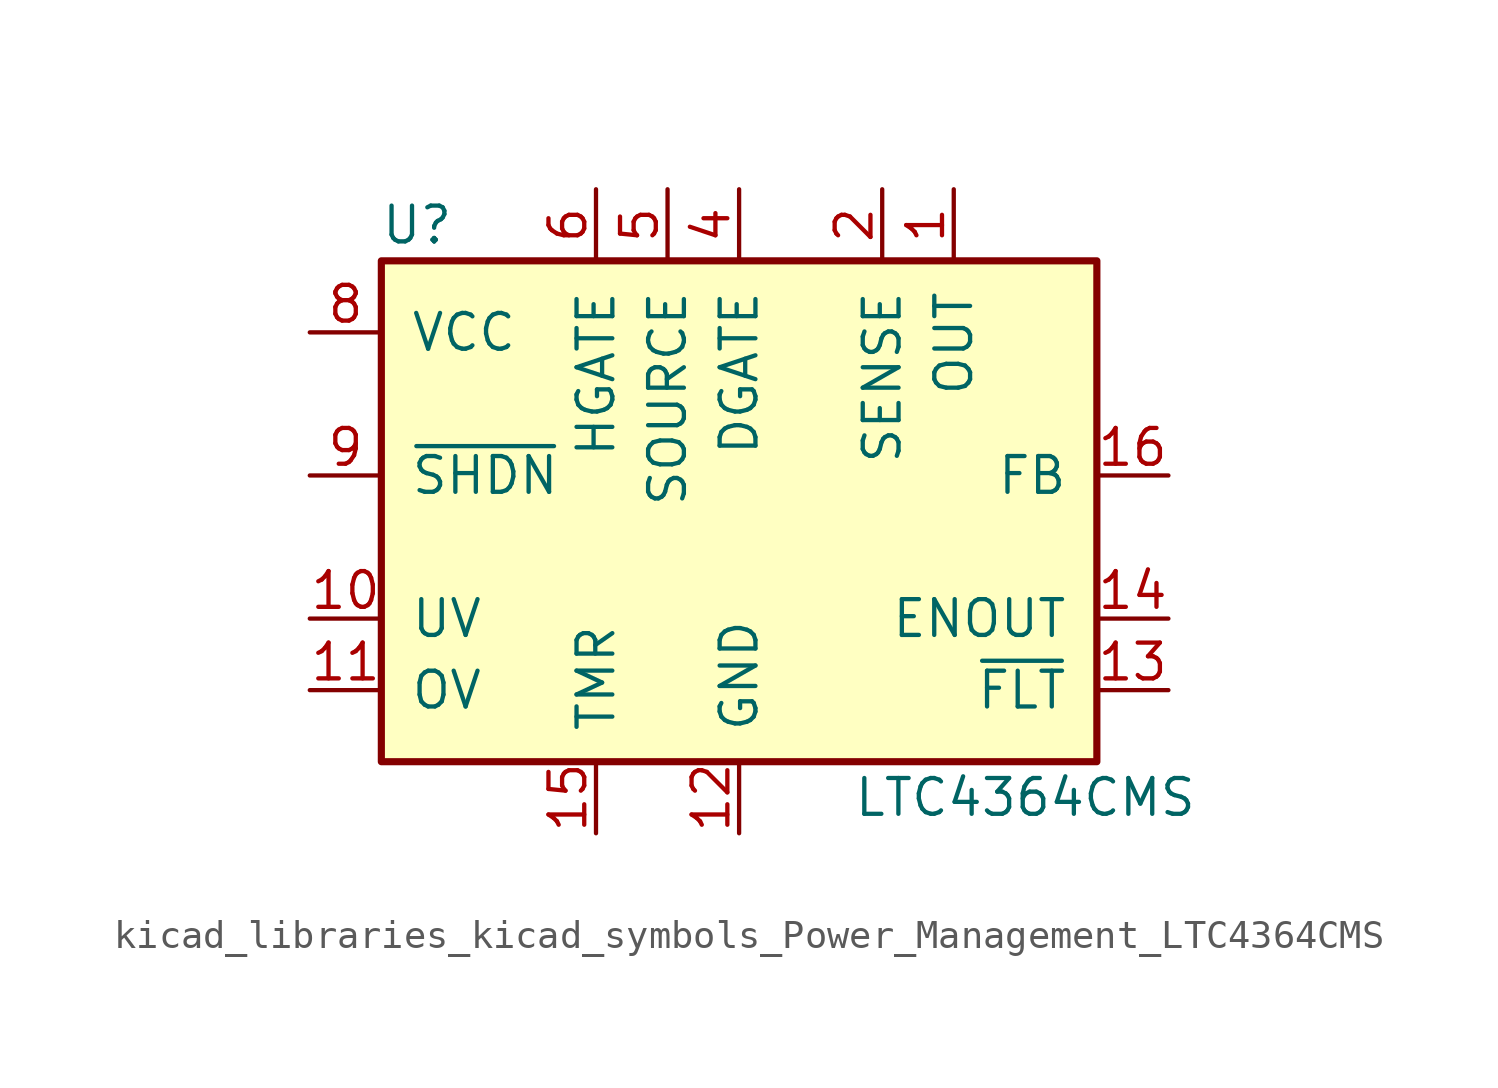
<source format=kicad_sym>
(kicad_symbol_lib
  (version 20220914)
  (generator kicad_symbol_editor)
  (symbol "kicad_libraries_kicad_symbols_Power_Management_LTC4364CMS"
    (pin_names
      (offset 1.016))
    (property "Reference" "U"
      (at -11.43 8.89 0)
      (effects (font (size 1.27 1.27))))
    (property "Value" "LTC4364CMS"
      (at 10.16 -11.43 0)
      (effects (font (size 1.27 1.27))))
    (symbol "kicad_libraries_kicad_symbols_Power_Management_LTC4364CMS_0_1"
      (rectangle (start -12.7 7.62) (end 12.7 -10.16) (stroke (width 0.254) (type default)) (fill (type background))))
    (symbol "kicad_libraries_kicad_symbols_Power_Management_LTC4364CMS_1_1"
      (pin input line (at 7.62 10.16 270) (length 2.54) (name "OUT" (effects (font (size 1.27 1.27)))) (number "1" (effects (font (size 1.27 1.27)))))
      (pin input line (at -15.24 -5.08 0) (length 2.54) (name "UV" (effects (font (size 1.27 1.27)))) (number "10" (effects (font (size 1.27 1.27)))))
      (pin input line (at -15.24 -7.62 0) (length 2.54) (name "OV" (effects (font (size 1.27 1.27)))) (number "11" (effects (font (size 1.27 1.27)))))
      (pin power_in line (at 0 -12.7 90) (length 2.54) (name "GND" (effects (font (size 1.27 1.27)))) (number "12" (effects (font (size 1.27 1.27)))))
      (pin open_collector line (at 15.24 -7.62 180) (length 2.54) (name "~{FLT}" (effects (font (size 1.27 1.27)))) (number "13" (effects (font (size 1.27 1.27)))))
      (pin open_collector line (at 15.24 -5.08 180) (length 2.54) (name "ENOUT" (effects (font (size 1.27 1.27)))) (number "14" (effects (font (size 1.27 1.27)))))
      (pin input line (at -5.08 -12.7 90) (length 2.54) (name "TMR" (effects (font (size 1.27 1.27)))) (number "15" (effects (font (size 1.27 1.27)))))
      (pin input line (at 15.24 0 180) (length 2.54) (name "FB" (effects (font (size 1.27 1.27)))) (number "16" (effects (font (size 1.27 1.27)))))
      (pin input line (at 5.08 10.16 270) (length 2.54) (name "SENSE" (effects (font (size 1.27 1.27)))) (number "2" (effects (font (size 1.27 1.27)))))
      (pin no_connect line (at 12.7 2.54 180) (length 2.54) hide (name "NC" (effects (font (size 1.27 1.27)))) (number "3" (effects (font (size 1.27 1.27)))))
      (pin output line (at 0 10.16 270) (length 2.54) (name "DGATE" (effects (font (size 1.27 1.27)))) (number "4" (effects (font (size 1.27 1.27)))))
      (pin input line (at -2.54 10.16 270) (length 2.54) (name "SOURCE" (effects (font (size 1.27 1.27)))) (number "5" (effects (font (size 1.27 1.27)))))
      (pin output line (at -5.08 10.16 270) (length 2.54) (name "HGATE" (effects (font (size 1.27 1.27)))) (number "6" (effects (font (size 1.27 1.27)))))
      (pin no_connect line (at 12.7 5.08 180) (length 2.54) hide (name "NC" (effects (font (size 1.27 1.27)))) (number "7" (effects (font (size 1.27 1.27)))))
      (pin power_in line (at -15.24 5.08 0) (length 2.54) (name "VCC" (effects (font (size 1.27 1.27)))) (number "8" (effects (font (size 1.27 1.27)))))
      (pin input line (at -15.24 0 0) (length 2.54) (name "~{SHDN}" (effects (font (size 1.27 1.27)))) (number "9" (effects (font (size 1.27 1.27))))))))
</source>
